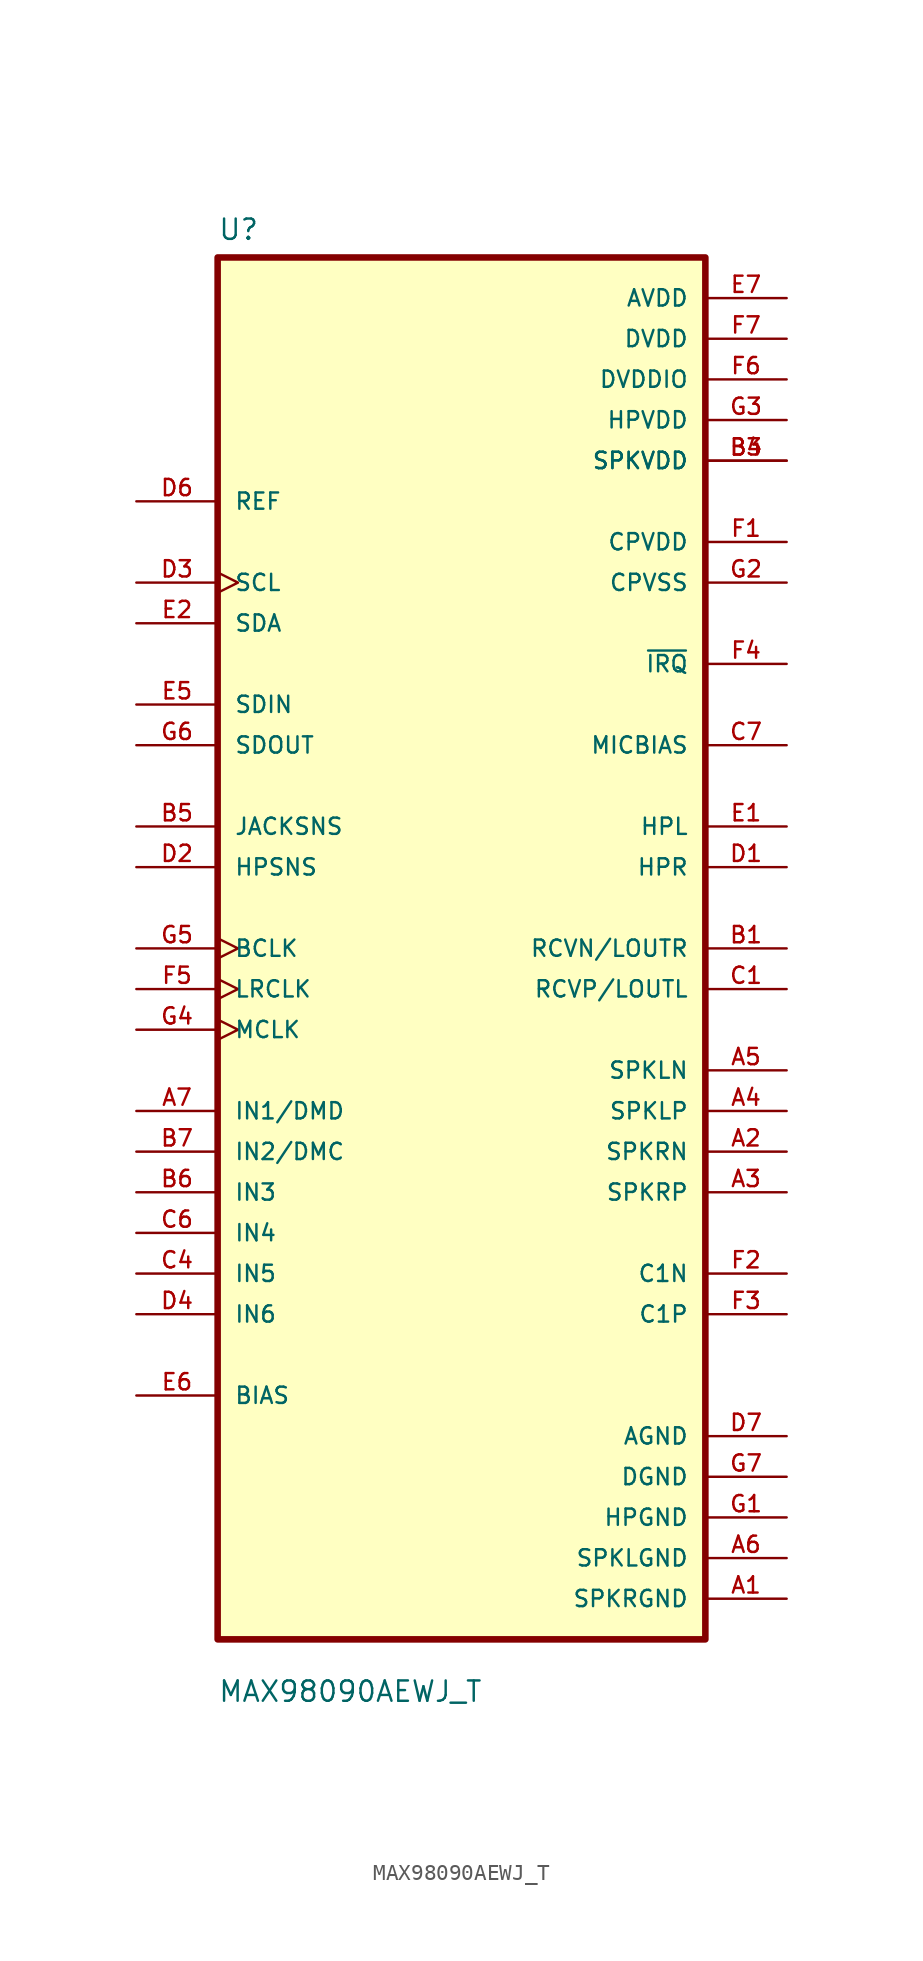
<source format=kicad_sym>
(kicad_symbol_lib
  (version 20211014)
  (generator kicad_symbol_editor)
  (symbol "MAX98090AEWJ_T"
    (pin_names
      (offset 1.016))
    (property "Reference" "U"
      (at -15.24 44.18 0.0)
      (effects (font (size 1.27 1.27)) (justify bottom left)))
    (property "Value" "MAX98090AEWJ_T"
      (at -15.24 -47.18 0.0)
      (effects (font (size 1.27 1.27)) (justify bottom left)))
    (symbol "MAX98090AEWJ_T_0_0"
      (rectangle (start -15.24 -43.18) (end 15.24 43.18) (stroke (width 0.41)) (fill (type background)))
      (pin input clock (at -20.32 0.0 0) (length 5.08) (name "BCLK" (effects (font (size 1.016 1.016)))) (number "G5" (effects (font (size 1.016 1.016)))))
      (pin input line (at -20.32 5.08 0) (length 5.08) (name "HPSNS" (effects (font (size 1.016 1.016)))) (number "D2" (effects (font (size 1.016 1.016)))))
      (pin input line (at -20.32 -10.16 0) (length 5.08) (name "IN1/DMD" (effects (font (size 1.016 1.016)))) (number "A7" (effects (font (size 1.016 1.016)))))
      (pin input line (at -20.32 -12.7 0) (length 5.08) (name "IN2/DMC" (effects (font (size 1.016 1.016)))) (number "B7" (effects (font (size 1.016 1.016)))))
      (pin input line (at -20.32 -15.24 0) (length 5.08) (name "IN3" (effects (font (size 1.016 1.016)))) (number "B6" (effects (font (size 1.016 1.016)))))
      (pin input line (at -20.32 -17.78 0) (length 5.08) (name "IN4" (effects (font (size 1.016 1.016)))) (number "C6" (effects (font (size 1.016 1.016)))))
      (pin input line (at -20.32 -20.32 0) (length 5.08) (name "IN5" (effects (font (size 1.016 1.016)))) (number "C4" (effects (font (size 1.016 1.016)))))
      (pin input line (at -20.32 -22.86 0) (length 5.08) (name "IN6" (effects (font (size 1.016 1.016)))) (number "D4" (effects (font (size 1.016 1.016)))))
      (pin input line (at -20.32 7.62 0) (length 5.08) (name "JACKSNS" (effects (font (size 1.016 1.016)))) (number "B5" (effects (font (size 1.016 1.016)))))
      (pin input clock (at -20.32 -2.54 0) (length 5.08) (name "LRCLK" (effects (font (size 1.016 1.016)))) (number "F5" (effects (font (size 1.016 1.016)))))
      (pin input clock (at -20.32 -5.08 0) (length 5.08) (name "MCLK" (effects (font (size 1.016 1.016)))) (number "G4" (effects (font (size 1.016 1.016)))))
      (pin input line (at -20.32 27.94 0) (length 5.08) (name "REF" (effects (font (size 1.016 1.016)))) (number "D6" (effects (font (size 1.016 1.016)))))
      (pin input clock (at -20.32 22.86 0) (length 5.08) (name "SCL" (effects (font (size 1.016 1.016)))) (number "D3" (effects (font (size 1.016 1.016)))))
      (pin input line (at -20.32 15.24 0) (length 5.08) (name "SDIN" (effects (font (size 1.016 1.016)))) (number "E5" (effects (font (size 1.016 1.016)))))
      (pin passive line (at -20.32 -27.94 0) (length 5.08) (name "BIAS" (effects (font (size 1.016 1.016)))) (number "E6" (effects (font (size 1.016 1.016)))))
      (pin passive line (at 20.32 -20.32 180.0) (length 5.08) (name "C1N" (effects (font (size 1.016 1.016)))) (number "F2" (effects (font (size 1.016 1.016)))))
      (pin passive line (at 20.32 -22.86 180.0) (length 5.08) (name "C1P" (effects (font (size 1.016 1.016)))) (number "F3" (effects (font (size 1.016 1.016)))))
      (pin bidirectional line (at -20.32 20.32 0) (length 5.08) (name "SDA" (effects (font (size 1.016 1.016)))) (number "E2" (effects (font (size 1.016 1.016)))))
      (pin power_in line (at 20.32 40.64 180.0) (length 5.08) (name "AVDD" (effects (font (size 1.016 1.016)))) (number "E7" (effects (font (size 1.016 1.016)))))
      (pin power_in line (at 20.32 38.1 180.0) (length 5.08) (name "DVDD" (effects (font (size 1.016 1.016)))) (number "F7" (effects (font (size 1.016 1.016)))))
      (pin power_in line (at 20.32 35.56 180.0) (length 5.08) (name "DVDDIO" (effects (font (size 1.016 1.016)))) (number "F6" (effects (font (size 1.016 1.016)))))
      (pin power_in line (at 20.32 33.02 180.0) (length 5.08) (name "HPVDD" (effects (font (size 1.016 1.016)))) (number "G3" (effects (font (size 1.016 1.016)))))
      (pin power_in line (at 20.32 30.48 180.0) (length 5.08) (name "SPKVDD" (effects (font (size 1.016 1.016)))) (number "B3" (effects (font (size 1.016 1.016)))))
      (pin power_in line (at 20.32 30.48 180.0) (length 5.08) (name "SPKVDD" (effects (font (size 1.016 1.016)))) (number "B4" (effects (font (size 1.016 1.016)))))
      (pin output line (at 20.32 17.78 180.0) (length 5.08) (name "~{IRQ}" (effects (font (size 1.016 1.016)))) (number "F4" (effects (font (size 1.016 1.016)))))
      (pin output line (at 20.32 25.4 180.0) (length 5.08) (name "CPVDD" (effects (font (size 1.016 1.016)))) (number "F1" (effects (font (size 1.016 1.016)))))
      (pin output line (at 20.32 22.86 180.0) (length 5.08) (name "CPVSS" (effects (font (size 1.016 1.016)))) (number "G2" (effects (font (size 1.016 1.016)))))
      (pin output line (at 20.32 7.62 180.0) (length 5.08) (name "HPL" (effects (font (size 1.016 1.016)))) (number "E1" (effects (font (size 1.016 1.016)))))
      (pin output line (at 20.32 5.08 180.0) (length 5.08) (name "HPR" (effects (font (size 1.016 1.016)))) (number "D1" (effects (font (size 1.016 1.016)))))
      (pin output line (at 20.32 12.7 180.0) (length 5.08) (name "MICBIAS" (effects (font (size 1.016 1.016)))) (number "C7" (effects (font (size 1.016 1.016)))))
      (pin output line (at 20.32 0.0 180.0) (length 5.08) (name "RCVN/LOUTR" (effects (font (size 1.016 1.016)))) (number "B1" (effects (font (size 1.016 1.016)))))
      (pin output line (at 20.32 -2.54 180.0) (length 5.08) (name "RCVP/LOUTL" (effects (font (size 1.016 1.016)))) (number "C1" (effects (font (size 1.016 1.016)))))
      (pin output line (at -20.32 12.7 0) (length 5.08) (name "SDOUT" (effects (font (size 1.016 1.016)))) (number "G6" (effects (font (size 1.016 1.016)))))
      (pin output line (at 20.32 -7.62 180.0) (length 5.08) (name "SPKLN" (effects (font (size 1.016 1.016)))) (number "A5" (effects (font (size 1.016 1.016)))))
      (pin output line (at 20.32 -10.16 180.0) (length 5.08) (name "SPKLP" (effects (font (size 1.016 1.016)))) (number "A4" (effects (font (size 1.016 1.016)))))
      (pin output line (at 20.32 -12.7 180.0) (length 5.08) (name "SPKRN" (effects (font (size 1.016 1.016)))) (number "A2" (effects (font (size 1.016 1.016)))))
      (pin output line (at 20.32 -15.24 180.0) (length 5.08) (name "SPKRP" (effects (font (size 1.016 1.016)))) (number "A3" (effects (font (size 1.016 1.016)))))
      (pin power_in line (at 20.32 -30.48 180.0) (length 5.08) (name "AGND" (effects (font (size 1.016 1.016)))) (number "D7" (effects (font (size 1.016 1.016)))))
      (pin power_in line (at 20.32 -33.02 180.0) (length 5.08) (name "DGND" (effects (font (size 1.016 1.016)))) (number "G7" (effects (font (size 1.016 1.016)))))
      (pin power_in line (at 20.32 -35.56 180.0) (length 5.08) (name "HPGND" (effects (font (size 1.016 1.016)))) (number "G1" (effects (font (size 1.016 1.016)))))
      (pin power_in line (at 20.32 -38.1 180.0) (length 5.08) (name "SPKLGND" (effects (font (size 1.016 1.016)))) (number "A6" (effects (font (size 1.016 1.016)))))
      (pin power_in line (at 20.32 -40.64 180.0) (length 5.08) (name "SPKRGND" (effects (font (size 1.016 1.016)))) (number "A1" (effects (font (size 1.016 1.016))))))))
</source>
